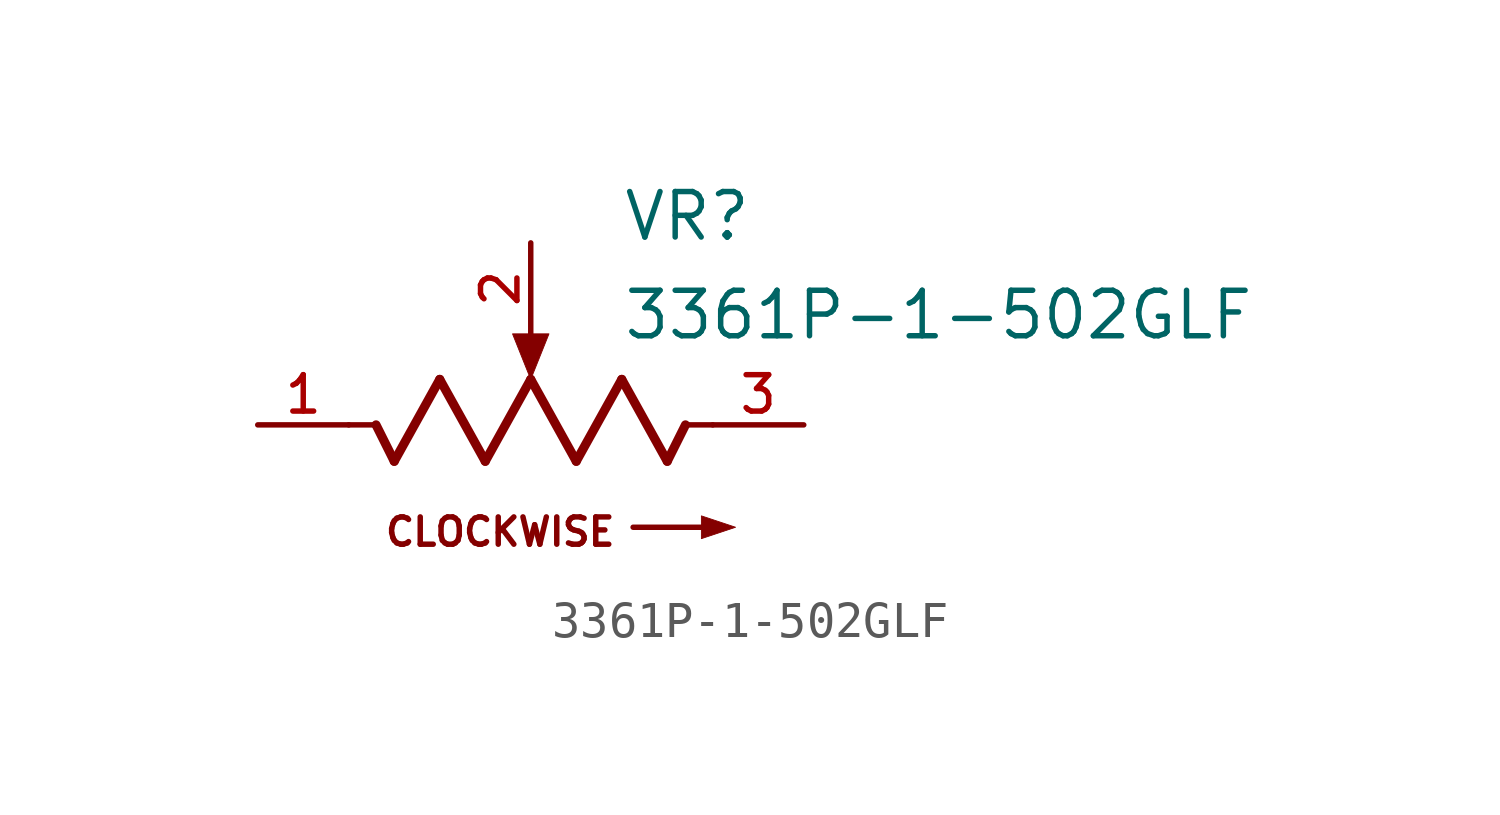
<source format=kicad_sym>
(kicad_symbol_lib
  (version 20211014)
  (generator kicad_symbol_editor)
  (symbol "3361P-1-502GLF"
    (pin_names
      (offset 1.016))
    (property "Reference" "VR"
      (at 2.54 5.08 0)
      (effects (font (size 1.27 1.27)) (justify bottom left)))
    (property "Value" "3361P-1-502GLF"
      (at 2.54 3.81 0)
      (effects (font (size 1.27 1.27)) (justify top left)))
    (symbol "3361P-1-502GLF_0_0"
      (polyline (pts (xy 5.08 0.0) (xy 4.318 0.0)) (stroke (width 0.152)))
      (polyline (pts (xy 4.318 0.0) (xy 3.81 -1.016)) (stroke (width 0.254)))
      (polyline (pts (xy 3.81 -1.016) (xy 2.54 1.27)) (stroke (width 0.254)))
      (polyline (pts (xy 2.54 1.27) (xy 1.27 -1.016)) (stroke (width 0.254)))
      (polyline (pts (xy 1.27 -1.016) (xy 0.0 1.27)) (stroke (width 0.254)))
      (polyline (pts (xy 0.0 1.27) (xy -1.27 -1.016)) (stroke (width 0.254)))
      (polyline (pts (xy -1.27 -1.016) (xy -2.54 1.27)) (stroke (width 0.254)))
      (polyline (pts (xy -2.54 1.27) (xy -3.81 -1.016)) (stroke (width 0.254)))
      (polyline (pts (xy -3.81 -1.016) (xy -4.318 0.0)) (stroke (width 0.254)))
      (polyline (pts (xy -4.318 0.0) (xy -5.08 0.0)) (stroke (width 0.152)))
      (polyline (pts (xy 0.508 2.54) (xy -0.508 2.54) (xy 0.0 1.27) (xy 0.508 2.54)) (stroke (width 0.025)) (fill (type outline)))
      (text "CLOCKWISE" (at -4.128 -2.54 0) (effects (font (size 0.762 0.762)) (justify top left)))
      (polyline (pts (xy 2.857 -2.857) (xy 4.763 -2.857)) (stroke (width 0.152)))
      (polyline (pts (xy 4.763 -2.54) (xy 4.763 -3.175) (xy 5.715 -2.857) (xy 4.763 -2.54)) (stroke (width 0.025)) (fill (type outline)))
      (pin passive line (at 7.62 0.0 180.0) (length 2.54) (name "~" (effects (font (size 1.016 1.016)))) (number "3" (effects (font (size 1.016 1.016)))))
      (pin passive line (at -7.62 0.0 0) (length 2.54) (name "~" (effects (font (size 1.016 1.016)))) (number "1" (effects (font (size 1.016 1.016)))))
      (pin passive line (at 0.0 5.08 270.0) (length 2.54) (name "~" (effects (font (size 1.016 1.016)))) (number "2" (effects (font (size 1.016 1.016))))))))
</source>
